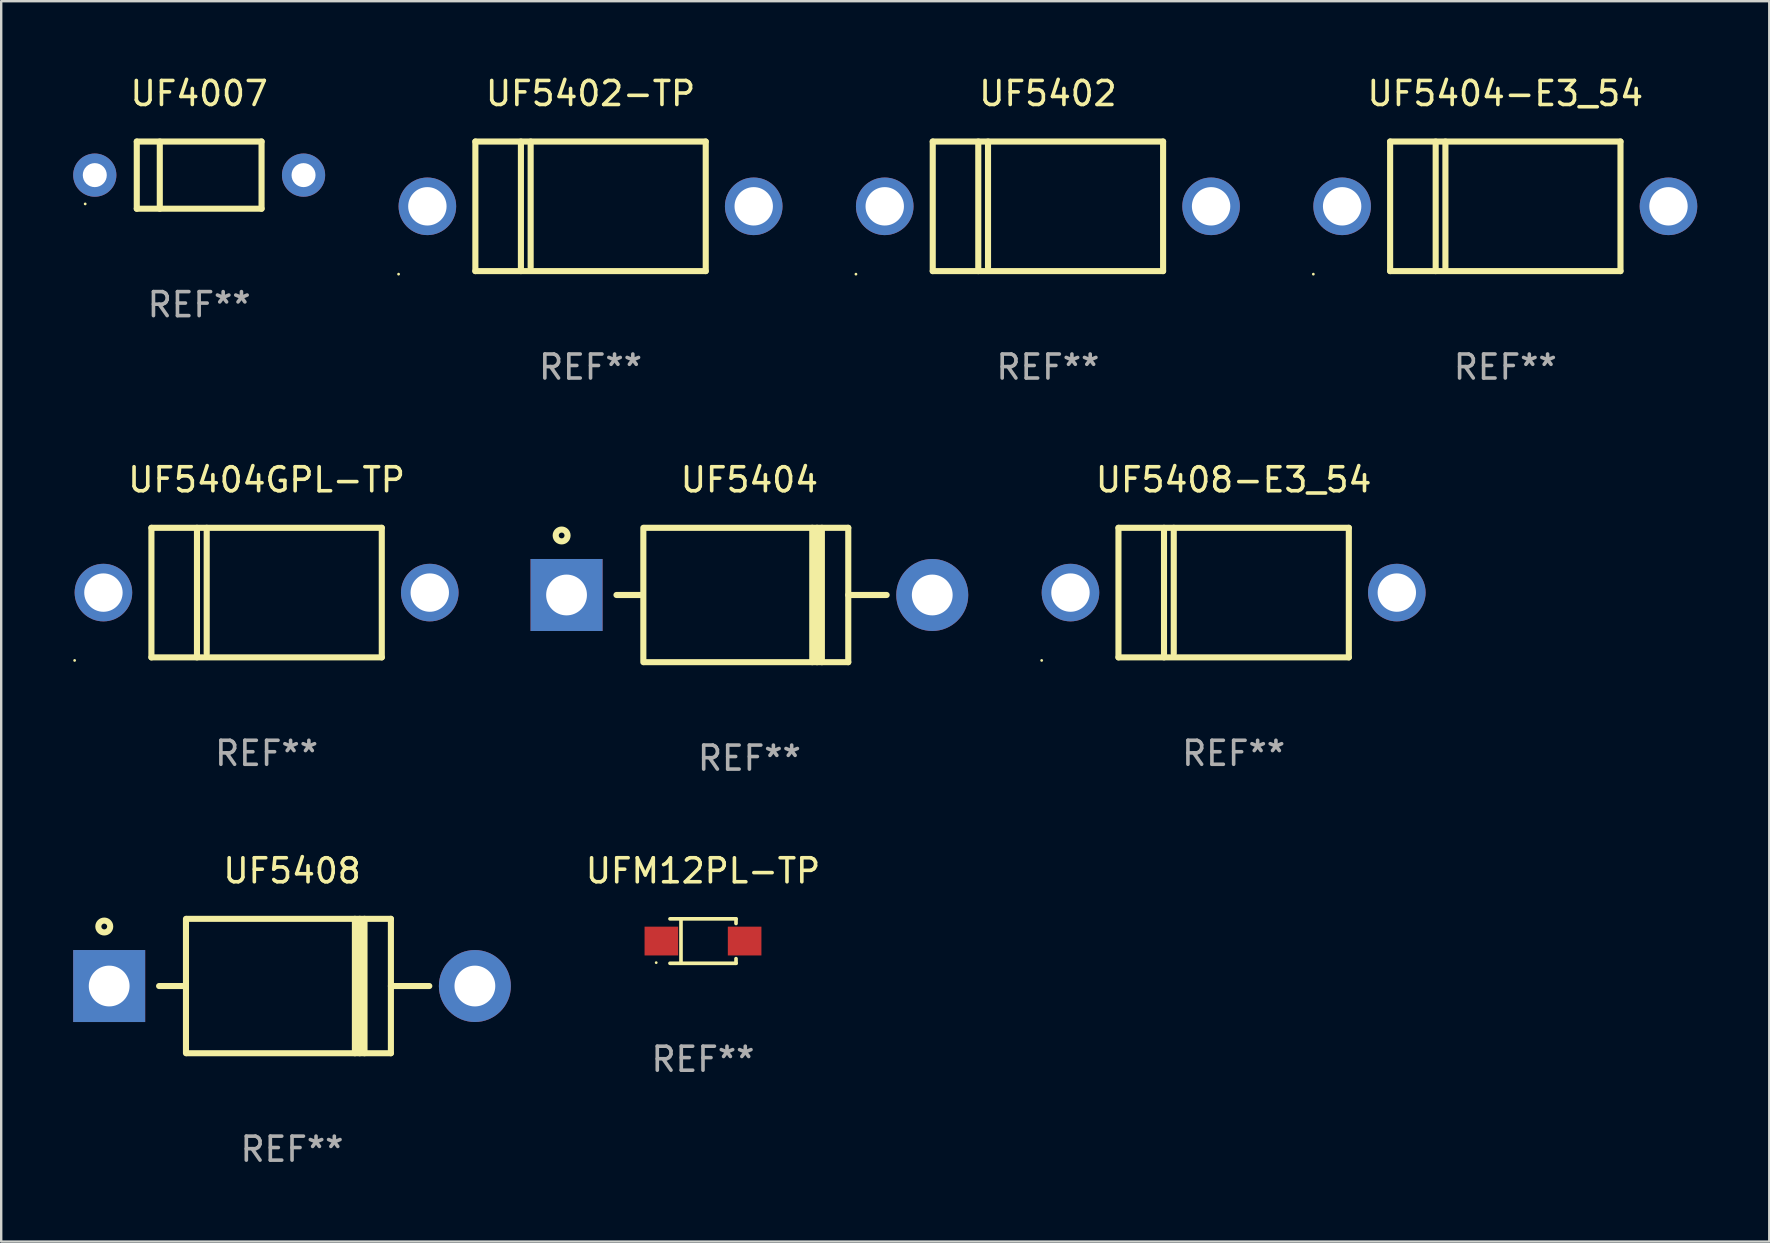
<source format=kicad_pcb>
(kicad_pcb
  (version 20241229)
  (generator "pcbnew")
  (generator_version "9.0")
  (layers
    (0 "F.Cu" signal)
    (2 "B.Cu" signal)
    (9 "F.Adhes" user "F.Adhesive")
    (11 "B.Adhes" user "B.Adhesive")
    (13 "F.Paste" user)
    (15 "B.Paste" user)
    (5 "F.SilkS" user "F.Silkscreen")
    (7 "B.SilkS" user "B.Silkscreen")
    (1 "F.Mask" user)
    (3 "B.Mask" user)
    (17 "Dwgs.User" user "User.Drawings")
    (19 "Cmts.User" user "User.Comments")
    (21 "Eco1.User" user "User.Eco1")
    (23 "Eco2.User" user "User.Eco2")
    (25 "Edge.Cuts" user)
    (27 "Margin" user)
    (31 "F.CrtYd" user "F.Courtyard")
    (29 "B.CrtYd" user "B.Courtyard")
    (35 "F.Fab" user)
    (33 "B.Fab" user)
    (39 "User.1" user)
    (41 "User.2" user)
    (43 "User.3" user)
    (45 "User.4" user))
  (footprint "UF5404GPL-TP"
    (layer "F.Cu")
    (at 8.06 21.645)
    (property "Reference" "UF5404GPL-TP" (at 0 -4.7 0) (layer "F.SilkS") (effects (font (size 1 1) (thickness 0.15))))
    (attr through_hole)
    (fp_line (start -4.8 -2.7) (end -4.8 2.7) (stroke (width 0.254) (type solid)) (layer "F.SilkS"))
    (fp_line (start -4.8 -2.7) (end 4.8 -2.7) (stroke (width 0.254) (type solid)) (layer "F.SilkS"))
    (fp_line (start -2.902 -2.7) (end -2.902 2.7) (stroke (width 0.254) (type solid)) (layer "F.SilkS"))
    (fp_line (start -2.496 -2.7) (end -2.496 2.54) (stroke (width 0.254) (type solid)) (layer "F.SilkS"))
    (fp_line (start 4.8 -2.7) (end 4.8 2.7) (stroke (width 0.254) (type solid)) (layer "F.SilkS"))
    (fp_line (start 4.8 2.7) (end -4.8 2.7) (stroke (width 0.254) (type solid)) (layer "F.SilkS"))
    (fp_circle (center -8 2.827) (end -7.97 2.827) (stroke (width 0.06) (type solid)) (fill no) (layer "F.SilkS"))
    (fp_text user "REF**" (at 0 6.7 0) (layer "F.Fab") (effects (font (size 1 1) (thickness 0.15))))
    (pad "1" thru_hole circle (at -6.8 0) (size 2.4 2.4) (drill 1.6) (layers "*.Cu" "*.Mask"))
    (pad "2" thru_hole circle (at 6.8 0) (size 2.4 2.4) (drill 1.6) (layers "*.Cu" "*.Mask")))
  (footprint "UF5404"
    (layer "F.Cu")
    (at 28.18 21.745)
    (property "Reference" "UF5404" (at 0 -4.8 0) (layer "F.SilkS") (effects (font (size 1 1) (thickness 0.15))))
    (attr through_hole)
    (fp_line (start -5.54 0) (end -4.44 0) (stroke (width 0.254) (type solid)) (layer "F.SilkS"))
    (fp_line (start -4.42 2.8) (end -4.42 -2.8) (stroke (width 0.254) (type solid)) (layer "F.SilkS"))
    (fp_line (start -4.38 -2.8) (end 4.12 -2.8) (stroke (width 0.254) (type solid)) (layer "F.SilkS"))
    (fp_line (start 2.62 -2.8) (end 2.62 2.8) (stroke (width 0.254) (type solid)) (layer "F.SilkS"))
    (fp_line (start 2.82 -2.8) (end 2.82 2.8) (stroke (width 0.254) (type solid)) (layer "F.SilkS"))
    (fp_line (start 3.02 -2.8) (end 3.02 2.8) (stroke (width 0.254) (type solid)) (layer "F.SilkS"))
    (fp_line (start 4.12 -2.8) (end 4.12 2.8) (stroke (width 0.254) (type solid)) (layer "F.SilkS"))
    (fp_line (start 4.12 0) (end 5.72 0) (stroke (width 0.254) (type solid)) (layer "F.SilkS"))
    (fp_line (start 4.12 2.8) (end -4.38 2.8) (stroke (width 0.254) (type solid)) (layer "F.SilkS"))
    (fp_circle (center -7.825 -2.48) (end -7.705 -2.48) (stroke (width 0.254) (type solid)) (fill no) (layer "F.SilkS"))
    (fp_text user "REF**" (at 0 6.8 0) (layer "F.Fab") (effects (font (size 1 1) (thickness 0.15))))
    (pad "1" thru_hole rect (at -7.62 0 180) (size 3 3) (drill 1.7) (layers "*.Cu" "*.Mask"))
    (pad "2" thru_hole circle (at 7.62 0) (size 3 3) (drill 1.7) (layers "*.Cu" "*.Mask")))
  (footprint "UF4007"
    (layer "F.Cu")
    (at 5.25 4.248)
    (property "Reference" "UF4007" (at 0 -3.4 0) (layer "F.SilkS") (effects (font (size 1 1) (thickness 0.15))))
    (attr through_hole)
    (fp_line (start -2.6 -1.4) (end -2.6 1.4) (stroke (width 0.254) (type solid)) (layer "F.SilkS"))
    (fp_line (start -2.6 -1.4) (end 2.6 -1.4) (stroke (width 0.254) (type solid)) (layer "F.SilkS"))
    (fp_line (start -2.6 1.4) (end 2.6 1.4) (stroke (width 0.254) (type solid)) (layer "F.SilkS"))
    (fp_line (start -1.641 -1.4) (end -1.641 1.4) (stroke (width 0.254) (type solid)) (layer "F.SilkS"))
    (fp_line (start 2.6 -1.4) (end 2.6 1.4) (stroke (width 0.254) (type solid)) (layer "F.SilkS"))
    (fp_circle (center -4.75 1.2) (end -4.72 1.2) (stroke (width 0.06) (type solid)) (fill no) (layer "F.SilkS"))
    (fp_text user "REF**" (at 0 5.4 0) (layer "F.Fab") (effects (font (size 1 1) (thickness 0.15))))
    (pad "1" thru_hole circle (at -4.35 0) (size 1.8 1.8) (drill 1) (layers "*.Cu" "*.Mask"))
    (pad "2" thru_hole circle (at 4.35 0) (size 1.8 1.8) (drill 1) (layers "*.Cu" "*.Mask")))
  (footprint "UF5404-E3_54"
    (layer "F.Cu")
    (at 59.681 5.548)
    (property "Reference" "UF5404-E3_54" (at 0 -4.7 0) (layer "F.SilkS") (effects (font (size 1 1) (thickness 0.15))))
    (attr through_hole)
    (fp_line (start -4.8 -2.7) (end -4.8 2.7) (stroke (width 0.254) (type solid)) (layer "F.SilkS"))
    (fp_line (start -4.8 -2.7) (end 4.8 -2.7) (stroke (width 0.254) (type solid)) (layer "F.SilkS"))
    (fp_line (start -2.902 -2.7) (end -2.902 2.7) (stroke (width 0.254) (type solid)) (layer "F.SilkS"))
    (fp_line (start -2.496 -2.7) (end -2.496 2.54) (stroke (width 0.254) (type solid)) (layer "F.SilkS"))
    (fp_line (start 4.8 -2.7) (end 4.8 2.7) (stroke (width 0.254) (type solid)) (layer "F.SilkS"))
    (fp_line (start 4.8 2.7) (end -4.8 2.7) (stroke (width 0.254) (type solid)) (layer "F.SilkS"))
    (fp_circle (center -8 2.827) (end -7.97 2.827) (stroke (width 0.06) (type solid)) (fill no) (layer "F.SilkS"))
    (fp_text user "REF**" (at 0 6.7 0) (layer "F.Fab") (effects (font (size 1 1) (thickness 0.15))))
    (pad "1" thru_hole circle (at -6.8 0) (size 2.4 2.4) (drill 1.6) (layers "*.Cu" "*.Mask"))
    (pad "2" thru_hole circle (at 6.8 0) (size 2.4 2.4) (drill 1.6) (layers "*.Cu" "*.Mask")))
  (footprint "UF5402-TP"
    (layer "F.Cu")
    (at 21.56 5.548)
    (property "Reference" "UF5402-TP" (at 0 -4.7 0) (layer "F.SilkS") (effects (font (size 1 1) (thickness 0.15))))
    (attr through_hole)
    (fp_line (start -4.8 -2.7) (end -4.8 2.7) (stroke (width 0.254) (type solid)) (layer "F.SilkS"))
    (fp_line (start -4.8 -2.7) (end 4.8 -2.7) (stroke (width 0.254) (type solid)) (layer "F.SilkS"))
    (fp_line (start -2.902 -2.7) (end -2.902 2.7) (stroke (width 0.254) (type solid)) (layer "F.SilkS"))
    (fp_line (start -2.496 -2.7) (end -2.496 2.54) (stroke (width 0.254) (type solid)) (layer "F.SilkS"))
    (fp_line (start 4.8 -2.7) (end 4.8 2.7) (stroke (width 0.254) (type solid)) (layer "F.SilkS"))
    (fp_line (start 4.8 2.7) (end -4.8 2.7) (stroke (width 0.254) (type solid)) (layer "F.SilkS"))
    (fp_circle (center -8 2.827) (end -7.97 2.827) (stroke (width 0.06) (type solid)) (fill no) (layer "F.SilkS"))
    (fp_text user "REF**" (at 0 6.7 0) (layer "F.Fab") (effects (font (size 1 1) (thickness 0.15))))
    (pad "1" thru_hole circle (at -6.8 0) (size 2.4 2.4) (drill 1.6) (layers "*.Cu" "*.Mask"))
    (pad "2" thru_hole circle (at 6.8 0) (size 2.4 2.4) (drill 1.6) (layers "*.Cu" "*.Mask")))
  (footprint "UF5408-E3_54"
    (layer "F.Cu")
    (at 48.36 21.645)
    (property "Reference" "UF5408-E3_54" (at 0 -4.7 0) (layer "F.SilkS") (effects (font (size 1 1) (thickness 0.15))))
    (attr through_hole)
    (fp_line (start -4.8 -2.7) (end -4.8 2.7) (stroke (width 0.254) (type solid)) (layer "F.SilkS"))
    (fp_line (start -4.8 -2.7) (end 4.8 -2.7) (stroke (width 0.254) (type solid)) (layer "F.SilkS"))
    (fp_line (start -2.902 -2.7) (end -2.902 2.7) (stroke (width 0.254) (type solid)) (layer "F.SilkS"))
    (fp_line (start -2.496 -2.7) (end -2.496 2.54) (stroke (width 0.254) (type solid)) (layer "F.SilkS"))
    (fp_line (start 4.8 -2.7) (end 4.8 2.7) (stroke (width 0.254) (type solid)) (layer "F.SilkS"))
    (fp_line (start 4.8 2.7) (end -4.8 2.7) (stroke (width 0.254) (type solid)) (layer "F.SilkS"))
    (fp_circle (center -8 2.827) (end -7.97 2.827) (stroke (width 0.06) (type solid)) (fill no) (layer "F.SilkS"))
    (fp_text user "REF**" (at 0 6.7 0) (layer "F.Fab") (effects (font (size 1 1) (thickness 0.15))))
    (pad "1" thru_hole circle (at -6.8 0) (size 2.4 2.4) (drill 1.6) (layers "*.Cu" "*.Mask"))
    (pad "2" thru_hole circle (at 6.8 0) (size 2.4 2.4) (drill 1.6) (layers "*.Cu" "*.Mask")))
  (footprint "UF5402"
    (layer "F.Cu")
    (at 40.62 5.548)
    (property "Reference" "UF5402" (at 0 -4.7 0) (layer "F.SilkS") (effects (font (size 1 1) (thickness 0.15))))
    (attr through_hole)
    (fp_line (start -4.8 -2.7) (end -4.8 2.7) (stroke (width 0.254) (type solid)) (layer "F.SilkS"))
    (fp_line (start -4.8 -2.7) (end 4.8 -2.7) (stroke (width 0.254) (type solid)) (layer "F.SilkS"))
    (fp_line (start -2.902 -2.7) (end -2.902 2.7) (stroke (width 0.254) (type solid)) (layer "F.SilkS"))
    (fp_line (start -2.496 -2.7) (end -2.496 2.54) (stroke (width 0.254) (type solid)) (layer "F.SilkS"))
    (fp_line (start 4.8 -2.7) (end 4.8 2.7) (stroke (width 0.254) (type solid)) (layer "F.SilkS"))
    (fp_line (start 4.8 2.7) (end -4.8 2.7) (stroke (width 0.254) (type solid)) (layer "F.SilkS"))
    (fp_circle (center -8 2.827) (end -7.97 2.827) (stroke (width 0.06) (type solid)) (fill no) (layer "F.SilkS"))
    (fp_text user "REF**" (at 0 6.7 0) (layer "F.Fab") (effects (font (size 1 1) (thickness 0.15))))
    (pad "1" thru_hole circle (at -6.8 0) (size 2.4 2.4) (drill 1.6) (layers "*.Cu" "*.Mask"))
    (pad "2" thru_hole circle (at 6.8 0) (size 2.4 2.4) (drill 1.6) (layers "*.Cu" "*.Mask")))
  (footprint "UF5408"
    (layer "F.Cu")
    (at 9.12 38.041)
    (property "Reference" "UF5408" (at 0 -4.8 0) (layer "F.SilkS") (effects (font (size 1 1) (thickness 0.15))))
    (attr through_hole)
    (fp_line (start -5.54 0) (end -4.44 0) (stroke (width 0.254) (type solid)) (layer "F.SilkS"))
    (fp_line (start -4.42 2.8) (end -4.42 -2.8) (stroke (width 0.254) (type solid)) (layer "F.SilkS"))
    (fp_line (start -4.38 -2.8) (end 4.12 -2.8) (stroke (width 0.254) (type solid)) (layer "F.SilkS"))
    (fp_line (start 2.62 -2.8) (end 2.62 2.8) (stroke (width 0.254) (type solid)) (layer "F.SilkS"))
    (fp_line (start 2.82 -2.8) (end 2.82 2.8) (stroke (width 0.254) (type solid)) (layer "F.SilkS"))
    (fp_line (start 3.02 -2.8) (end 3.02 2.8) (stroke (width 0.254) (type solid)) (layer "F.SilkS"))
    (fp_line (start 4.12 -2.8) (end 4.12 2.8) (stroke (width 0.254) (type solid)) (layer "F.SilkS"))
    (fp_line (start 4.12 0) (end 5.72 0) (stroke (width 0.254) (type solid)) (layer "F.SilkS"))
    (fp_line (start 4.12 2.8) (end -4.38 2.8) (stroke (width 0.254) (type solid)) (layer "F.SilkS"))
    (fp_circle (center -7.825 -2.48) (end -7.705 -2.48) (stroke (width 0.254) (type solid)) (fill no) (layer "F.SilkS"))
    (fp_text user "REF**" (at 0 6.8 0) (layer "F.Fab") (effects (font (size 1 1) (thickness 0.15))))
    (pad "1" thru_hole rect (at -7.62 0 180) (size 3 3) (drill 1.7) (layers "*.Cu" "*.Mask"))
    (pad "2" thru_hole circle (at 7.62 0) (size 3 3) (drill 1.7) (layers "*.Cu" "*.Mask")))
  (footprint "UFM12PL-TP"
    (layer "F.Cu")
    (at 26.246 36.167)
    (property "Reference" "UFM12PL-TP" (at 0 -2.926 0) (layer "F.SilkS") (effects (font (size 1 1) (thickness 0.15))))
    (attr through_hole)
    (fp_line (start -1.376 -0.926) (end 1.376 -0.926) (stroke (width 0.152) (type solid)) (layer "F.SilkS"))
    (fp_line (start -1.376 0.926) (end 1.376 0.926) (stroke (width 0.152) (type solid)) (layer "F.SilkS"))
    (fp_line (start -0.917 -0.876) (end -0.917 0.876) (stroke (width 0.152) (type solid)) (layer "F.SilkS"))
    (fp_line (start 1.376 -0.926) (end 1.376 -0.733) (stroke (width 0.152) (type solid)) (layer "F.SilkS"))
    (fp_line (start 1.376 0.926) (end 1.376 0.733) (stroke (width 0.152) (type solid)) (layer "F.SilkS"))
    (fp_circle (center -1.95 0.9) (end -1.92 0.9) (stroke (width 0.06) (type solid)) (fill no) (layer "F.SilkS"))
    (fp_text user "REF**" (at 0 4.926 0) (layer "F.Fab") (effects (font (size 1 1) (thickness 0.15))))
    (pad "1" smd rect (at -1.735 0) (size 1.4 1.2) (layers "F.Cu" "F.Mask" "F.Paste"))
    (pad "2" smd rect (at 1.735 0) (size 1.4 1.2) (layers "F.Cu" "F.Mask" "F.Paste")))
  (gr_rect
    (start -3 -3)
    (end 70.681 48.69)
    (stroke (width 0.1) (type default))
    (fill no)
    (layer "Edge.Cuts")))
</source>
